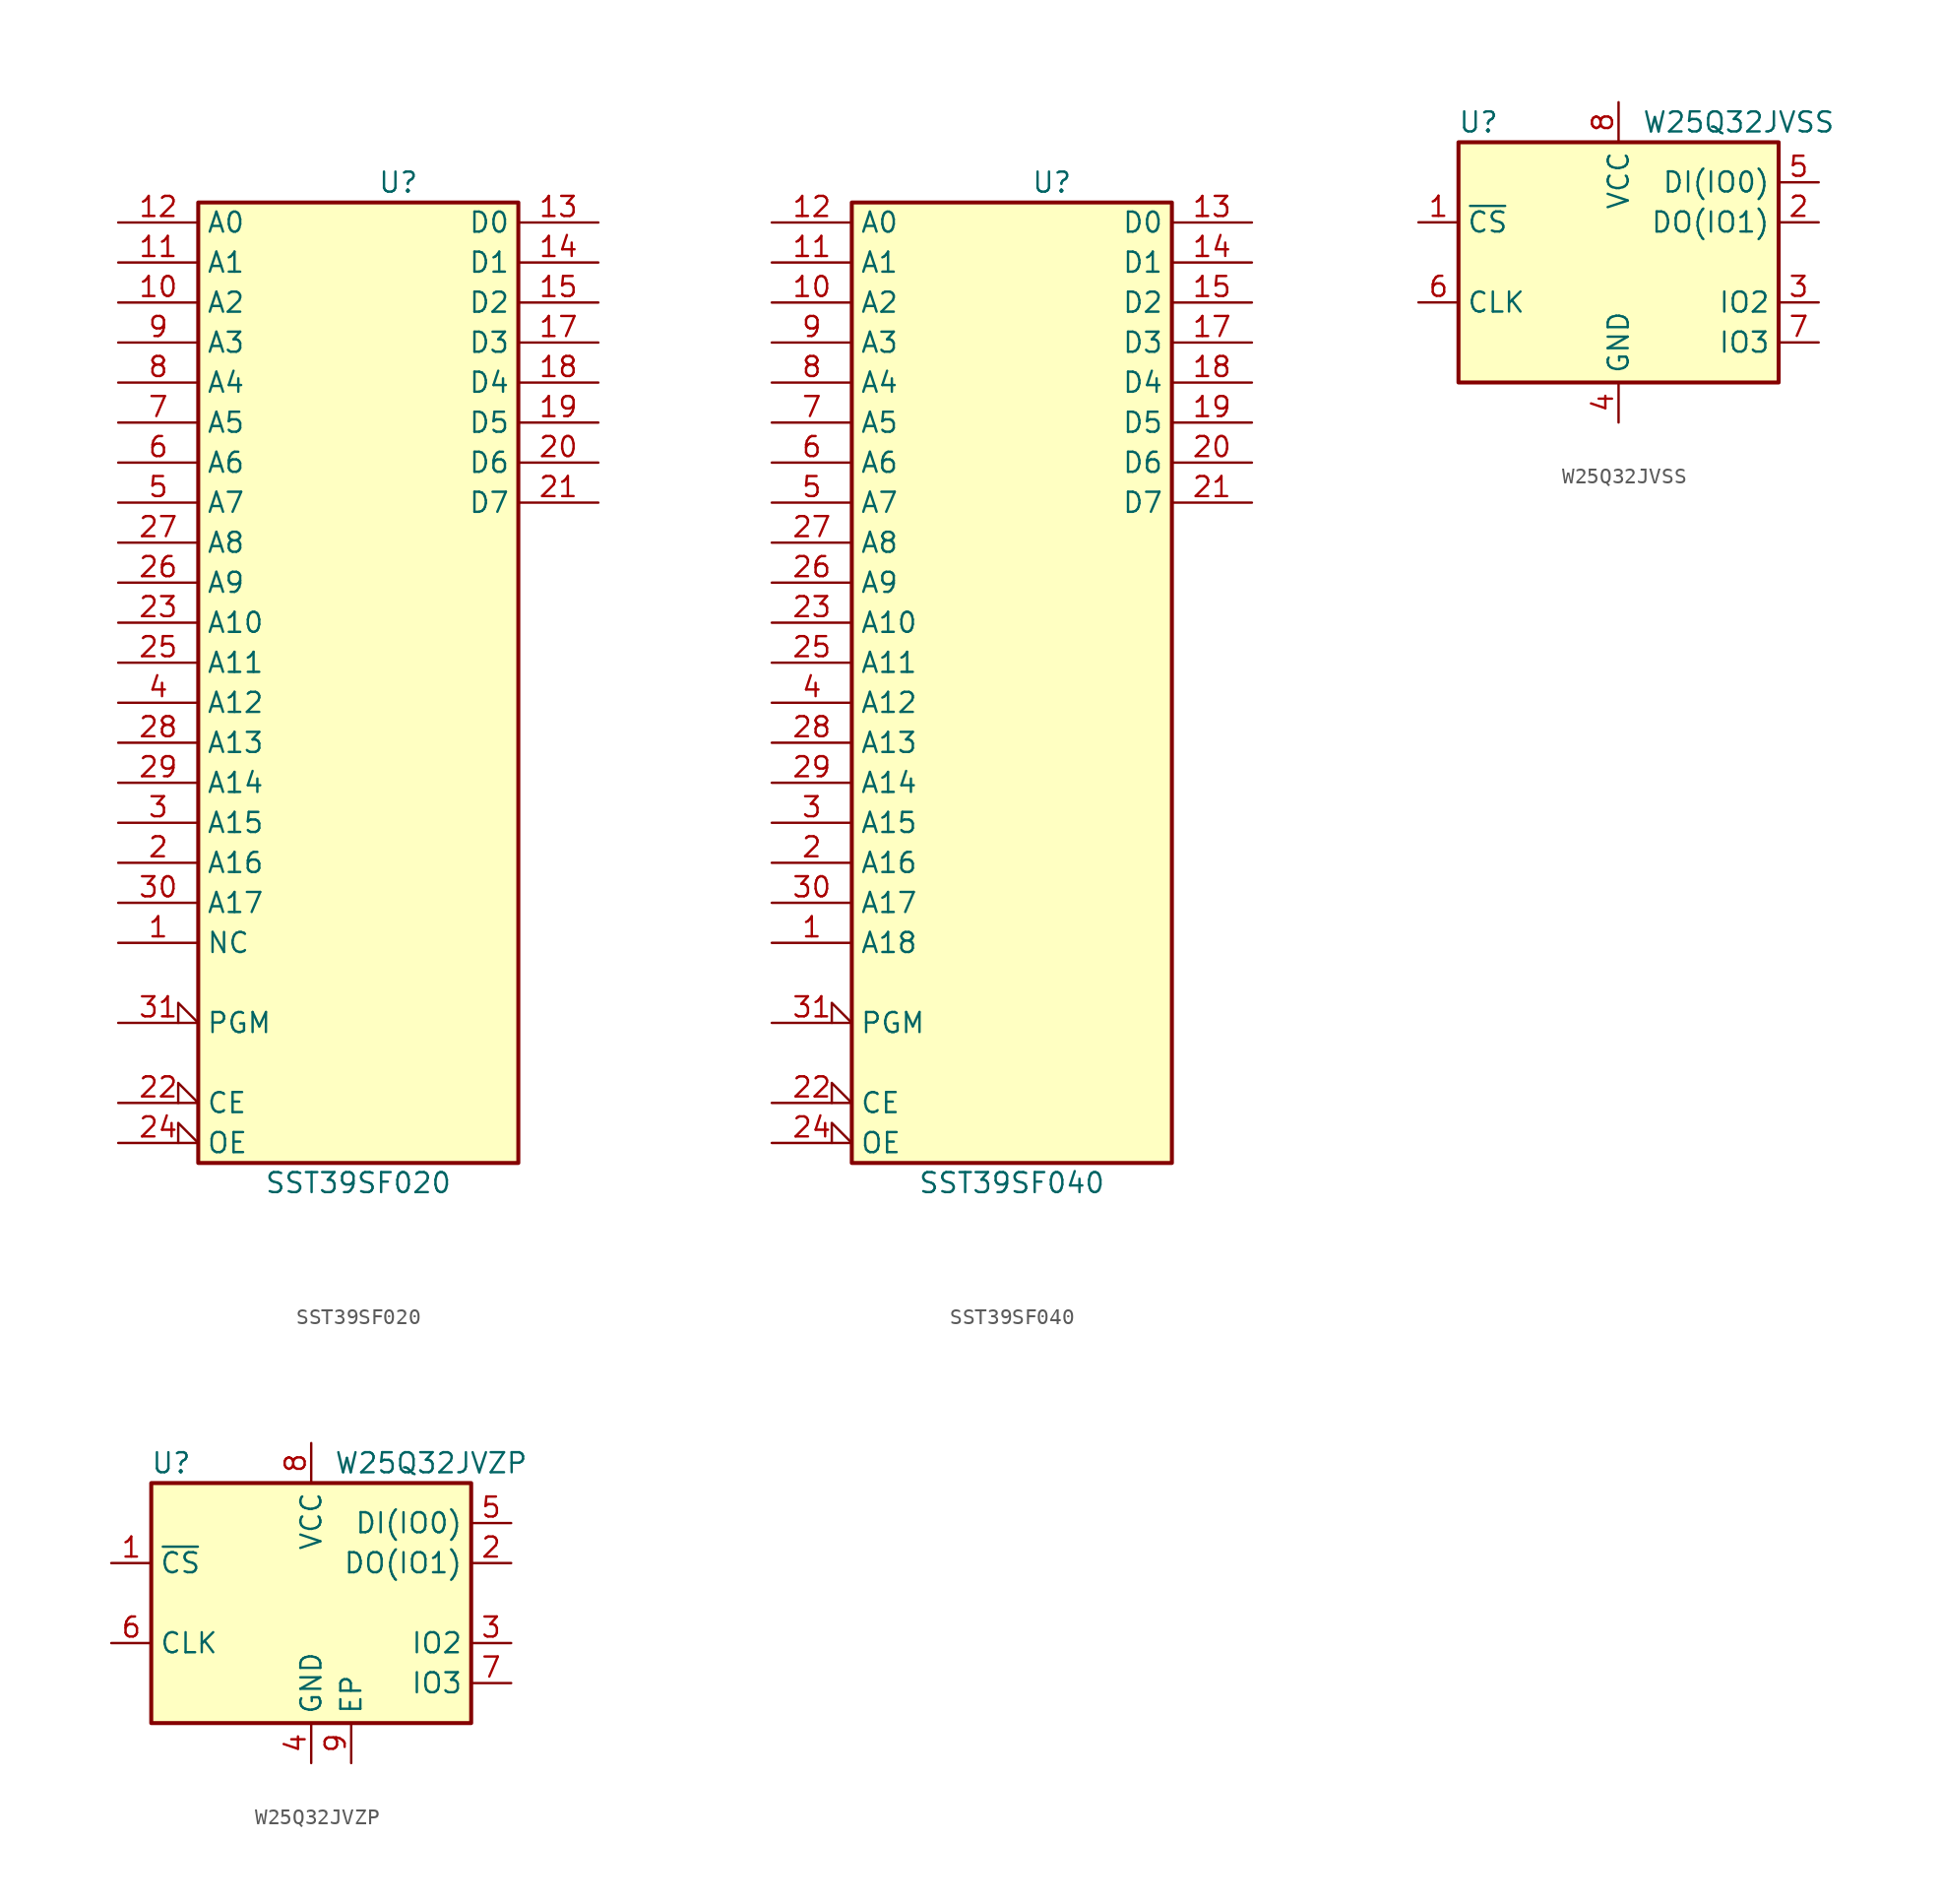
<source format=kicad_sym>
(kicad_symbol_lib
  (version 20201005)
  (generator kicad_symbol_editor)
  (symbol "Memory_Flash:SST39SF020"
    (property "Reference" "U"
      (at 2.54 33.02 0)
      (effects (font (size 1.27 1.27))))
    (property "Value" "SST39SF020"
      (at 0 -30.48 0)
      (effects (font (size 1.27 1.27))))
    (symbol "SST39SF020_0_0"
      (pin power_in line (at 0 -30.48 90) (length 1.27) hide (name "GND" (effects (font (size 1.27 1.27)))) (number "16" (effects (font (size 1.27 1.27)))))
      (pin power_in line (at 0 33.02 270) (length 1.27) hide (name "VCC" (effects (font (size 1.27 1.27)))) (number "32" (effects (font (size 1.27 1.27))))))
    (symbol "SST39SF020_0_1"
      (rectangle (start -10.16 31.75) (end 10.16 -29.21) (stroke (width 0.254)) (fill (type background))))
    (symbol "SST39SF020_1_1"
      (pin input line (at -15.24 -15.24 0) (length 5.08) (name "NC" (effects (font (size 1.27 1.27)))) (number "1" (effects (font (size 1.27 1.27)))))
      (pin input line (at -15.24 25.4 0) (length 5.08) (name "A2" (effects (font (size 1.27 1.27)))) (number "10" (effects (font (size 1.27 1.27)))))
      (pin input line (at -15.24 27.94 0) (length 5.08) (name "A1" (effects (font (size 1.27 1.27)))) (number "11" (effects (font (size 1.27 1.27)))))
      (pin input line (at -15.24 30.48 0) (length 5.08) (name "A0" (effects (font (size 1.27 1.27)))) (number "12" (effects (font (size 1.27 1.27)))))
      (pin tri_state line (at 15.24 30.48 180) (length 5.08) (name "D0" (effects (font (size 1.27 1.27)))) (number "13" (effects (font (size 1.27 1.27)))))
      (pin tri_state line (at 15.24 27.94 180) (length 5.08) (name "D1" (effects (font (size 1.27 1.27)))) (number "14" (effects (font (size 1.27 1.27)))))
      (pin tri_state line (at 15.24 25.4 180) (length 5.08) (name "D2" (effects (font (size 1.27 1.27)))) (number "15" (effects (font (size 1.27 1.27)))))
      (pin tri_state line (at 15.24 22.86 180) (length 5.08) (name "D3" (effects (font (size 1.27 1.27)))) (number "17" (effects (font (size 1.27 1.27)))))
      (pin tri_state line (at 15.24 20.32 180) (length 5.08) (name "D4" (effects (font (size 1.27 1.27)))) (number "18" (effects (font (size 1.27 1.27)))))
      (pin tri_state line (at 15.24 17.78 180) (length 5.08) (name "D5" (effects (font (size 1.27 1.27)))) (number "19" (effects (font (size 1.27 1.27)))))
      (pin input line (at -15.24 -10.16 0) (length 5.08) (name "A16" (effects (font (size 1.27 1.27)))) (number "2" (effects (font (size 1.27 1.27)))))
      (pin tri_state line (at 15.24 15.24 180) (length 5.08) (name "D6" (effects (font (size 1.27 1.27)))) (number "20" (effects (font (size 1.27 1.27)))))
      (pin tri_state line (at 15.24 12.7 180) (length 5.08) (name "D7" (effects (font (size 1.27 1.27)))) (number "21" (effects (font (size 1.27 1.27)))))
      (pin input input_low (at -15.24 -25.4 0) (length 5.08) (name "CE" (effects (font (size 1.27 1.27)))) (number "22" (effects (font (size 1.27 1.27)))))
      (pin input line (at -15.24 5.08 0) (length 5.08) (name "A10" (effects (font (size 1.27 1.27)))) (number "23" (effects (font (size 1.27 1.27)))))
      (pin input input_low (at -15.24 -27.94 0) (length 5.08) (name "OE" (effects (font (size 1.27 1.27)))) (number "24" (effects (font (size 1.27 1.27)))))
      (pin input line (at -15.24 2.54 0) (length 5.08) (name "A11" (effects (font (size 1.27 1.27)))) (number "25" (effects (font (size 1.27 1.27)))))
      (pin input line (at -15.24 7.62 0) (length 5.08) (name "A9" (effects (font (size 1.27 1.27)))) (number "26" (effects (font (size 1.27 1.27)))))
      (pin input line (at -15.24 10.16 0) (length 5.08) (name "A8" (effects (font (size 1.27 1.27)))) (number "27" (effects (font (size 1.27 1.27)))))
      (pin input line (at -15.24 -2.54 0) (length 5.08) (name "A13" (effects (font (size 1.27 1.27)))) (number "28" (effects (font (size 1.27 1.27)))))
      (pin input line (at -15.24 -5.08 0) (length 5.08) (name "A14" (effects (font (size 1.27 1.27)))) (number "29" (effects (font (size 1.27 1.27)))))
      (pin input line (at -15.24 -7.62 0) (length 5.08) (name "A15" (effects (font (size 1.27 1.27)))) (number "3" (effects (font (size 1.27 1.27)))))
      (pin input line (at -15.24 -12.7 0) (length 5.08) (name "A17" (effects (font (size 1.27 1.27)))) (number "30" (effects (font (size 1.27 1.27)))))
      (pin input input_low (at -15.24 -20.32 0) (length 5.08) (name "PGM" (effects (font (size 1.27 1.27)))) (number "31" (effects (font (size 1.27 1.27)))))
      (pin input line (at -15.24 0 0) (length 5.08) (name "A12" (effects (font (size 1.27 1.27)))) (number "4" (effects (font (size 1.27 1.27)))))
      (pin input line (at -15.24 12.7 0) (length 5.08) (name "A7" (effects (font (size 1.27 1.27)))) (number "5" (effects (font (size 1.27 1.27)))))
      (pin input line (at -15.24 15.24 0) (length 5.08) (name "A6" (effects (font (size 1.27 1.27)))) (number "6" (effects (font (size 1.27 1.27)))))
      (pin input line (at -15.24 17.78 0) (length 5.08) (name "A5" (effects (font (size 1.27 1.27)))) (number "7" (effects (font (size 1.27 1.27)))))
      (pin input line (at -15.24 20.32 0) (length 5.08) (name "A4" (effects (font (size 1.27 1.27)))) (number "8" (effects (font (size 1.27 1.27)))))
      (pin input line (at -15.24 22.86 0) (length 5.08) (name "A3" (effects (font (size 1.27 1.27)))) (number "9" (effects (font (size 1.27 1.27)))))))
  (symbol "Memory_Flash:SST39SF040"
    (property "Reference" "U"
      (at 2.54 33.02 0)
      (effects (font (size 1.27 1.27))))
    (property "Value" "SST39SF040"
      (at 0 -30.48 0)
      (effects (font (size 1.27 1.27))))
    (symbol "SST39SF040_0_0"
      (pin power_in line (at 0 -30.48 90) (length 1.27) hide (name "GND" (effects (font (size 1.27 1.27)))) (number "16" (effects (font (size 1.27 1.27)))))
      (pin power_in line (at 0 33.02 270) (length 1.27) hide (name "VCC" (effects (font (size 1.27 1.27)))) (number "32" (effects (font (size 1.27 1.27))))))
    (symbol "SST39SF040_0_1"
      (rectangle (start -10.16 31.75) (end 10.16 -29.21) (stroke (width 0.254)) (fill (type background))))
    (symbol "SST39SF040_1_1"
      (pin input line (at -15.24 -15.24 0) (length 5.08) (name "A18" (effects (font (size 1.27 1.27)))) (number "1" (effects (font (size 1.27 1.27)))))
      (pin input line (at -15.24 25.4 0) (length 5.08) (name "A2" (effects (font (size 1.27 1.27)))) (number "10" (effects (font (size 1.27 1.27)))))
      (pin input line (at -15.24 27.94 0) (length 5.08) (name "A1" (effects (font (size 1.27 1.27)))) (number "11" (effects (font (size 1.27 1.27)))))
      (pin input line (at -15.24 30.48 0) (length 5.08) (name "A0" (effects (font (size 1.27 1.27)))) (number "12" (effects (font (size 1.27 1.27)))))
      (pin tri_state line (at 15.24 30.48 180) (length 5.08) (name "D0" (effects (font (size 1.27 1.27)))) (number "13" (effects (font (size 1.27 1.27)))))
      (pin tri_state line (at 15.24 27.94 180) (length 5.08) (name "D1" (effects (font (size 1.27 1.27)))) (number "14" (effects (font (size 1.27 1.27)))))
      (pin tri_state line (at 15.24 25.4 180) (length 5.08) (name "D2" (effects (font (size 1.27 1.27)))) (number "15" (effects (font (size 1.27 1.27)))))
      (pin tri_state line (at 15.24 22.86 180) (length 5.08) (name "D3" (effects (font (size 1.27 1.27)))) (number "17" (effects (font (size 1.27 1.27)))))
      (pin tri_state line (at 15.24 20.32 180) (length 5.08) (name "D4" (effects (font (size 1.27 1.27)))) (number "18" (effects (font (size 1.27 1.27)))))
      (pin tri_state line (at 15.24 17.78 180) (length 5.08) (name "D5" (effects (font (size 1.27 1.27)))) (number "19" (effects (font (size 1.27 1.27)))))
      (pin input line (at -15.24 -10.16 0) (length 5.08) (name "A16" (effects (font (size 1.27 1.27)))) (number "2" (effects (font (size 1.27 1.27)))))
      (pin tri_state line (at 15.24 15.24 180) (length 5.08) (name "D6" (effects (font (size 1.27 1.27)))) (number "20" (effects (font (size 1.27 1.27)))))
      (pin tri_state line (at 15.24 12.7 180) (length 5.08) (name "D7" (effects (font (size 1.27 1.27)))) (number "21" (effects (font (size 1.27 1.27)))))
      (pin input input_low (at -15.24 -25.4 0) (length 5.08) (name "CE" (effects (font (size 1.27 1.27)))) (number "22" (effects (font (size 1.27 1.27)))))
      (pin input line (at -15.24 5.08 0) (length 5.08) (name "A10" (effects (font (size 1.27 1.27)))) (number "23" (effects (font (size 1.27 1.27)))))
      (pin input input_low (at -15.24 -27.94 0) (length 5.08) (name "OE" (effects (font (size 1.27 1.27)))) (number "24" (effects (font (size 1.27 1.27)))))
      (pin input line (at -15.24 2.54 0) (length 5.08) (name "A11" (effects (font (size 1.27 1.27)))) (number "25" (effects (font (size 1.27 1.27)))))
      (pin input line (at -15.24 7.62 0) (length 5.08) (name "A9" (effects (font (size 1.27 1.27)))) (number "26" (effects (font (size 1.27 1.27)))))
      (pin input line (at -15.24 10.16 0) (length 5.08) (name "A8" (effects (font (size 1.27 1.27)))) (number "27" (effects (font (size 1.27 1.27)))))
      (pin input line (at -15.24 -2.54 0) (length 5.08) (name "A13" (effects (font (size 1.27 1.27)))) (number "28" (effects (font (size 1.27 1.27)))))
      (pin input line (at -15.24 -5.08 0) (length 5.08) (name "A14" (effects (font (size 1.27 1.27)))) (number "29" (effects (font (size 1.27 1.27)))))
      (pin input line (at -15.24 -7.62 0) (length 5.08) (name "A15" (effects (font (size 1.27 1.27)))) (number "3" (effects (font (size 1.27 1.27)))))
      (pin input line (at -15.24 -12.7 0) (length 5.08) (name "A17" (effects (font (size 1.27 1.27)))) (number "30" (effects (font (size 1.27 1.27)))))
      (pin input input_low (at -15.24 -20.32 0) (length 5.08) (name "PGM" (effects (font (size 1.27 1.27)))) (number "31" (effects (font (size 1.27 1.27)))))
      (pin input line (at -15.24 0 0) (length 5.08) (name "A12" (effects (font (size 1.27 1.27)))) (number "4" (effects (font (size 1.27 1.27)))))
      (pin input line (at -15.24 12.7 0) (length 5.08) (name "A7" (effects (font (size 1.27 1.27)))) (number "5" (effects (font (size 1.27 1.27)))))
      (pin input line (at -15.24 15.24 0) (length 5.08) (name "A6" (effects (font (size 1.27 1.27)))) (number "6" (effects (font (size 1.27 1.27)))))
      (pin input line (at -15.24 17.78 0) (length 5.08) (name "A5" (effects (font (size 1.27 1.27)))) (number "7" (effects (font (size 1.27 1.27)))))
      (pin input line (at -15.24 20.32 0) (length 5.08) (name "A4" (effects (font (size 1.27 1.27)))) (number "8" (effects (font (size 1.27 1.27)))))
      (pin input line (at -15.24 22.86 0) (length 5.08) (name "A3" (effects (font (size 1.27 1.27)))) (number "9" (effects (font (size 1.27 1.27)))))))
  (symbol "Memory_Flash:W25Q32JVSS"
    (property "Reference" "U"
      (at -8.89 8.89 0)
      (effects (font (size 1.27 1.27))))
    (property "Value" "W25Q32JVSS"
      (at 7.62 8.89 0)
      (effects (font (size 1.27 1.27))))
    (symbol "W25Q32JVSS_0_1"
      (rectangle (start -10.16 7.62) (end 10.16 -7.62) (stroke (width 0.254)) (fill (type background))))
    (symbol "W25Q32JVSS_1_1"
      (pin input line (at -12.7 2.54 0) (length 2.54) (name "~CS" (effects (font (size 1.27 1.27)))) (number "1" (effects (font (size 1.27 1.27)))))
      (pin bidirectional line (at 12.7 2.54 180) (length 2.54) (name "DO(IO1)" (effects (font (size 1.27 1.27)))) (number "2" (effects (font (size 1.27 1.27)))))
      (pin bidirectional line (at 12.7 -2.54 180) (length 2.54) (name "IO2" (effects (font (size 1.27 1.27)))) (number "3" (effects (font (size 1.27 1.27)))))
      (pin power_in line (at 0 -10.16 90) (length 2.54) (name "GND" (effects (font (size 1.27 1.27)))) (number "4" (effects (font (size 1.27 1.27)))))
      (pin bidirectional line (at 12.7 5.08 180) (length 2.54) (name "DI(IO0)" (effects (font (size 1.27 1.27)))) (number "5" (effects (font (size 1.27 1.27)))))
      (pin input line (at -12.7 -2.54 0) (length 2.54) (name "CLK" (effects (font (size 1.27 1.27)))) (number "6" (effects (font (size 1.27 1.27)))))
      (pin bidirectional line (at 12.7 -5.08 180) (length 2.54) (name "IO3" (effects (font (size 1.27 1.27)))) (number "7" (effects (font (size 1.27 1.27)))))
      (pin power_in line (at 0 10.16 270) (length 2.54) (name "VCC" (effects (font (size 1.27 1.27)))) (number "8" (effects (font (size 1.27 1.27)))))))
  (symbol "Memory_Flash:W25Q32JVZP"
    (property "Reference" "U"
      (at -8.89 8.89 0)
      (effects (font (size 1.27 1.27))))
    (property "Value" "W25Q32JVZP"
      (at 7.62 8.89 0)
      (effects (font (size 1.27 1.27))))
    (symbol "W25Q32JVZP_0_1"
      (rectangle (start -10.16 7.62) (end 10.16 -7.62) (stroke (width 0.254)) (fill (type background))))
    (symbol "W25Q32JVZP_1_1"
      (pin input line (at -12.7 2.54 0) (length 2.54) (name "~CS" (effects (font (size 1.27 1.27)))) (number "1" (effects (font (size 1.27 1.27)))))
      (pin bidirectional line (at 12.7 2.54 180) (length 2.54) (name "DO(IO1)" (effects (font (size 1.27 1.27)))) (number "2" (effects (font (size 1.27 1.27)))))
      (pin bidirectional line (at 12.7 -2.54 180) (length 2.54) (name "IO2" (effects (font (size 1.27 1.27)))) (number "3" (effects (font (size 1.27 1.27)))))
      (pin power_in line (at 0 -10.16 90) (length 2.54) (name "GND" (effects (font (size 1.27 1.27)))) (number "4" (effects (font (size 1.27 1.27)))))
      (pin bidirectional line (at 12.7 5.08 180) (length 2.54) (name "DI(IO0)" (effects (font (size 1.27 1.27)))) (number "5" (effects (font (size 1.27 1.27)))))
      (pin input line (at -12.7 -2.54 0) (length 2.54) (name "CLK" (effects (font (size 1.27 1.27)))) (number "6" (effects (font (size 1.27 1.27)))))
      (pin bidirectional line (at 12.7 -5.08 180) (length 2.54) (name "IO3" (effects (font (size 1.27 1.27)))) (number "7" (effects (font (size 1.27 1.27)))))
      (pin power_in line (at 0 10.16 270) (length 2.54) (name "VCC" (effects (font (size 1.27 1.27)))) (number "8" (effects (font (size 1.27 1.27)))))
      (pin passive line (at 2.54 -10.16 90) (length 2.54) (name "EP" (effects (font (size 1.27 1.27)))) (number "9" (effects (font (size 1.27 1.27))))))))
</source>
